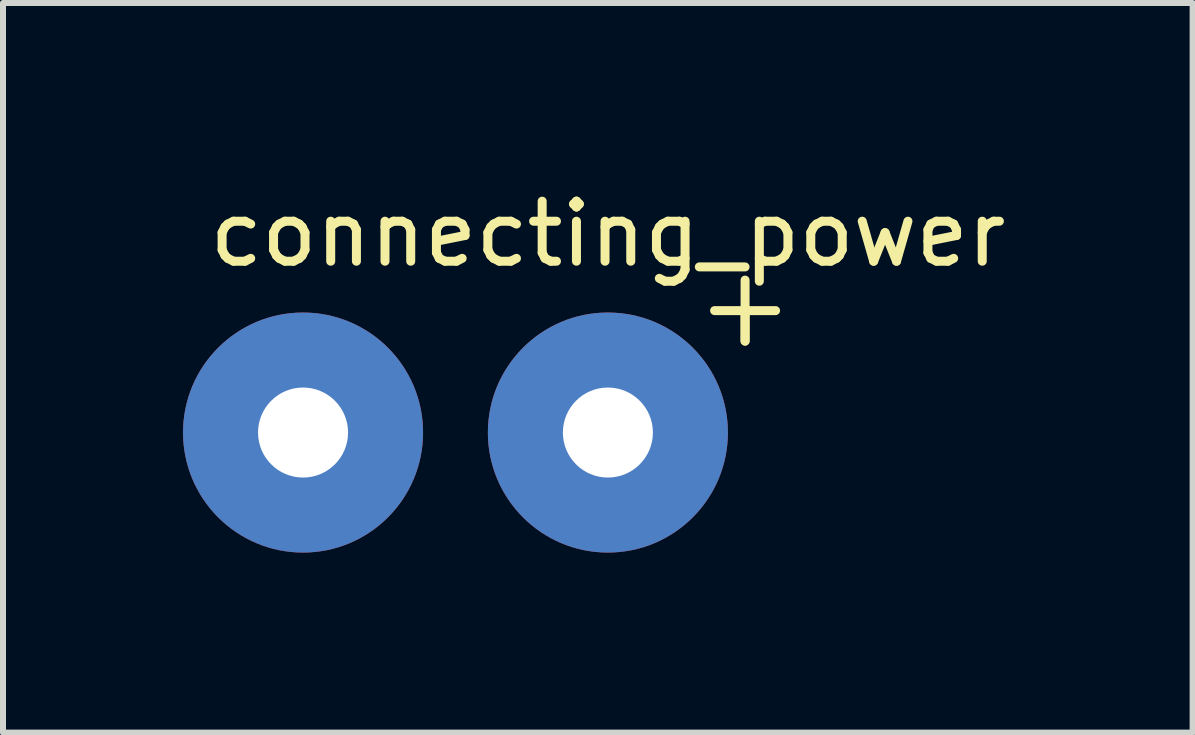
<source format=kicad_pcb>
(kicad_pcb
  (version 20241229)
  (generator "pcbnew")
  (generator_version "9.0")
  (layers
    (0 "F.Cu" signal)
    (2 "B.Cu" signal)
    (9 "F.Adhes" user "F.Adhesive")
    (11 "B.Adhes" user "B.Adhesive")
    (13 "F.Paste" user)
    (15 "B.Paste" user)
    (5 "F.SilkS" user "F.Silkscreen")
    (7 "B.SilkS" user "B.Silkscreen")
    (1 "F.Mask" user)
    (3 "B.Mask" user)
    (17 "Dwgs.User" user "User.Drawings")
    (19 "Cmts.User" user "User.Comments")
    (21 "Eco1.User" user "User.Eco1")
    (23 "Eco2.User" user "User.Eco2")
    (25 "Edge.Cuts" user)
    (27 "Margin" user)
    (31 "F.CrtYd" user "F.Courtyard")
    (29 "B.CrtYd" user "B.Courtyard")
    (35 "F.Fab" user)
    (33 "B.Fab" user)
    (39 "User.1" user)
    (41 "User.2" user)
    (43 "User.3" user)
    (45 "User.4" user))
  (footprint "connecting_power"
    (layer "F.Cu")
    (at 4.54 4.158)
    (property "Reference" "connecting_power" (at 2.54 -3.31 0) (layer "F.SilkS") (effects (font (size 1 1) (thickness 0.15))))
    (attr through_hole)
    (fp_line (start 4.318 -2.032) (end 5.334 -2.032) (stroke (width 0.15) (type solid)) (layer "F.SilkS"))
    (fp_line (start 4.826 -2.54) (end 4.826 -1.524) (stroke (width 0.15) (type solid)) (layer "F.SilkS"))
    (fp_line (start 4.826 -1.524) (end 4.826 -2.032) (stroke (width 0.15) (type solid)) (layer "F.SilkS"))
    (pad "1" thru_hole circle (at -2.54 0) (size 4 4) (drill 1.5) (layers "*.Cu" "*.Mask"))
    (pad "2" thru_hole circle (at 2.54 0) (size 4 4) (drill 1.5) (layers "*.Cu" "*.Mask")))
  (gr_rect
    (start -3 -3)
    (end 16.824 9.158)
    (stroke (width 0.1) (type default))
    (fill no)
    (layer "Edge.Cuts")))
</source>
